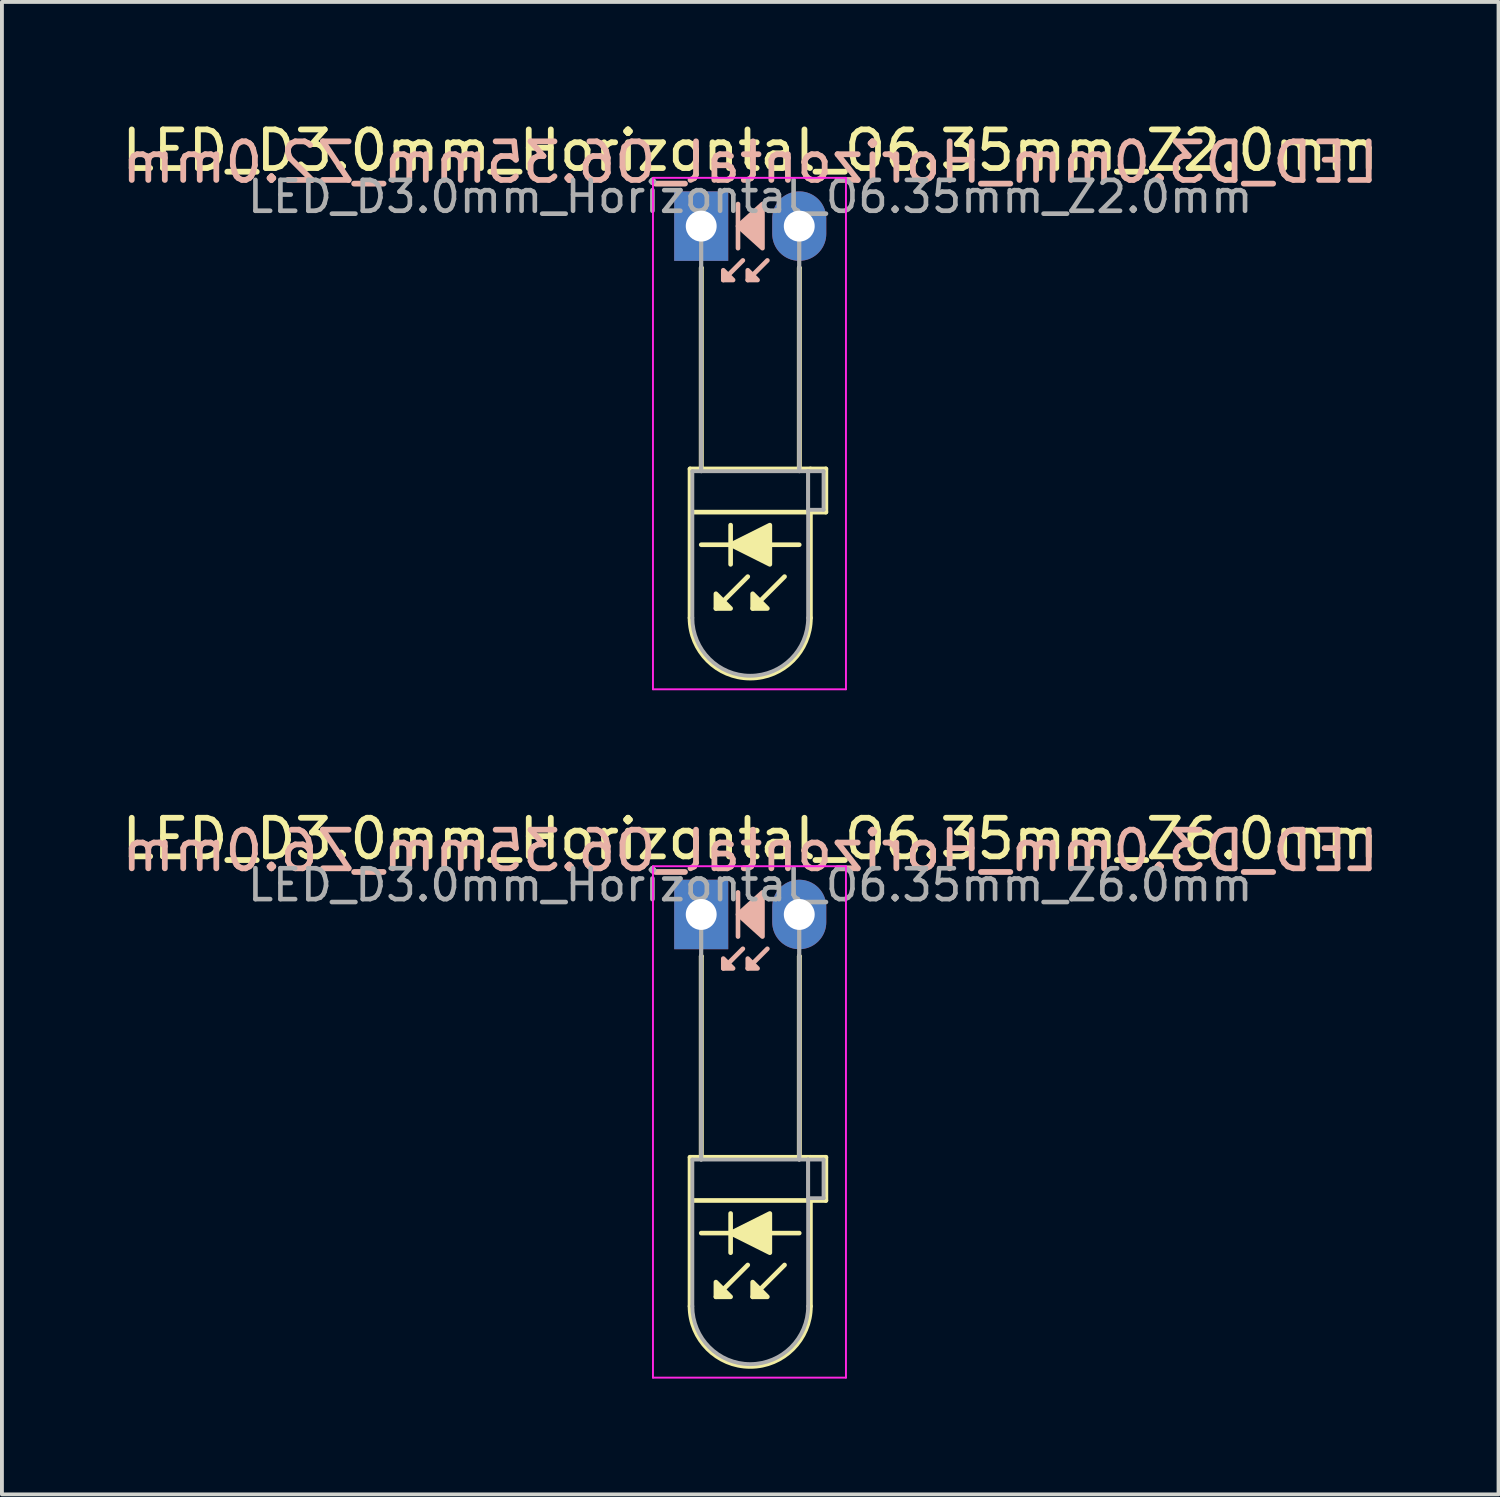
<source format=kicad_pcb>
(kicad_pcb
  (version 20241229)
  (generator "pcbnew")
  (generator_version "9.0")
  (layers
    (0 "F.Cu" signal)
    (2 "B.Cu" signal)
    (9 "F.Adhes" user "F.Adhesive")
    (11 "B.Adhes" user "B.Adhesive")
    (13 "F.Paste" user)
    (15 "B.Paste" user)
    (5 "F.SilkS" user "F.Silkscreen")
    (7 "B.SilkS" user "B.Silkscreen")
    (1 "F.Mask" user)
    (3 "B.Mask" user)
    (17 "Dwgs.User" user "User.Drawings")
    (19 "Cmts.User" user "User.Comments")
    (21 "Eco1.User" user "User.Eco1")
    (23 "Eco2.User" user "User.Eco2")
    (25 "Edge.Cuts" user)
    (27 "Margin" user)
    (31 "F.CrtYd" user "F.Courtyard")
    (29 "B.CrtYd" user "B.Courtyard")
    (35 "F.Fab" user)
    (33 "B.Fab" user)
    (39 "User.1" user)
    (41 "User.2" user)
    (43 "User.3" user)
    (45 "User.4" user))
  (footprint "LED_D3.0mm_Horizontal_O6.35mm_Z2.0mm"
    (layer "F.Cu")
    (at 15.117 2.808)
    (property "Reference" "LED_D3.0mm_Horizontal_O6.35mm_Z2.0mm" (at 1.27 -1.96 0) (layer "F.SilkS") (effects (font (size 1 1) (thickness 0.15))))
    (fp_line (start -0.29 6.29) (end -0.29 10.15) (stroke (width 0.12) (type solid)) (layer "F.SilkS"))
    (fp_line (start -0.29 6.29) (end 2.83 6.29) (stroke (width 0.12) (type solid)) (layer "F.SilkS"))
    (fp_line (start 0 1.08) (end 0 1.08) (stroke (width 0.12) (type solid)) (layer "F.SilkS"))
    (fp_line (start 0 1.08) (end 0 6.29) (stroke (width 0.12) (type solid)) (layer "F.SilkS"))
    (fp_line (start 0 6.29) (end 0 1.08) (stroke (width 0.12) (type solid)) (layer "F.SilkS"))
    (fp_line (start 0 6.29) (end 0 6.29) (stroke (width 0.12) (type solid)) (layer "F.SilkS"))
    (fp_line (start 0.762 7.747) (end 0.762 8.763) (stroke (width 0.12) (type solid)) (layer "F.SilkS"))
    (fp_line (start 1.206 9.081) (end 0.381 9.906) (stroke (width 0.12) (type solid)) (layer "F.SilkS"))
    (fp_line (start 2.159 9.081) (end 1.333 9.906) (stroke (width 0.12) (type solid)) (layer "F.SilkS"))
    (fp_line (start 2.54 1.08) (end 2.54 1.08) (stroke (width 0.12) (type solid)) (layer "F.SilkS"))
    (fp_line (start 2.54 1.08) (end 2.54 6.29) (stroke (width 0.12) (type solid)) (layer "F.SilkS"))
    (fp_line (start 2.54 6.29) (end 2.54 1.08) (stroke (width 0.12) (type solid)) (layer "F.SilkS"))
    (fp_line (start 2.54 6.29) (end 2.54 6.29) (stroke (width 0.12) (type solid)) (layer "F.SilkS"))
    (fp_line (start 2.54 8.255) (end 0 8.255) (stroke (width 0.12) (type solid)) (layer "F.SilkS"))
    (fp_line (start 2.83 6.29) (end 3.23 6.29) (stroke (width 0.12) (type solid)) (layer "F.SilkS"))
    (fp_line (start 2.83 7.41) (end 2.83 10.15) (stroke (width 0.12) (type solid)) (layer "F.SilkS"))
    (fp_line (start 3.23 6.29) (end 3.23 7.41) (stroke (width 0.12) (type solid)) (layer "F.SilkS"))
    (fp_line (start 3.23 7.41) (end -0.254 7.41) (stroke (width 0.12) (type solid)) (layer "F.SilkS"))
    (fp_arc (start 2.83 10.15) (mid 1.27 11.71) (end -0.29 10.15) (stroke (width 0.12) (type solid)) (layer "F.SilkS"))
    (fp_poly (pts (xy 0.381 9.525) (xy 0.762 9.906) (xy 0.381 9.906)) (stroke (width 0.12) (type solid)) (fill yes) (layer "F.SilkS"))
    (fp_poly (pts (xy 1.333 9.525) (xy 1.714 9.906) (xy 1.333 9.906)) (stroke (width 0.12) (type solid)) (fill yes) (layer "F.SilkS"))
    (fp_poly (pts (xy 1.778 8.763) (xy 0.762 8.255) (xy 1.778 7.747)) (stroke (width 0.12) (type solid)) (fill yes) (layer "F.SilkS"))
    (fp_line (start 0.953 -0.572) (end 0.953 0.572) (stroke (width 0.12) (type solid)) (layer "B.SilkS"))
    (fp_line (start 1.079 0.889) (end 0.572 1.397) (stroke (width 0.12) (type solid)) (layer "B.SilkS"))
    (fp_line (start 1.714 0.889) (end 1.206 1.397) (stroke (width 0.12) (type solid)) (layer "B.SilkS"))
    (fp_poly (pts (xy 0.572 1.143) (xy 0.826 1.397) (xy 0.572 1.397)) (stroke (width 0.12) (type solid)) (fill yes) (layer "B.SilkS"))
    (fp_poly (pts (xy 1.206 1.143) (xy 1.46 1.397) (xy 1.206 1.397)) (stroke (width 0.12) (type solid)) (fill yes) (layer "B.SilkS"))
    (fp_poly (pts (xy 1.587 0.572) (xy 0.953 0) (xy 1.587 -0.572)) (stroke (width 0.12) (type solid)) (fill yes) (layer "B.SilkS"))
    (fp_line (start -1.25 -1.25) (end -1.25 12) (stroke (width 0.05) (type solid)) (layer "F.CrtYd"))
    (fp_line (start -1.25 12) (end 3.75 12) (stroke (width 0.05) (type solid)) (layer "F.CrtYd"))
    (fp_line (start 3.75 -1.25) (end -1.25 -1.25) (stroke (width 0.05) (type solid)) (layer "F.CrtYd"))
    (fp_line (start 3.75 12) (end 3.75 -1.25) (stroke (width 0.05) (type solid)) (layer "F.CrtYd"))
    (fp_line (start -0.23 6.35) (end -0.23 10.15) (stroke (width 0.1) (type solid)) (layer "F.Fab"))
    (fp_line (start -0.23 6.35) (end 2.77 6.35) (stroke (width 0.1) (type solid)) (layer "F.Fab"))
    (fp_line (start 0 0) (end 0 0) (stroke (width 0.1) (type solid)) (layer "F.Fab"))
    (fp_line (start 0 0) (end 0 6.35) (stroke (width 0.1) (type solid)) (layer "F.Fab"))
    (fp_line (start 0 6.35) (end 0 0) (stroke (width 0.1) (type solid)) (layer "F.Fab"))
    (fp_line (start 0 6.35) (end 0 6.35) (stroke (width 0.1) (type solid)) (layer "F.Fab"))
    (fp_line (start 2.54 0) (end 2.54 0) (stroke (width 0.1) (type solid)) (layer "F.Fab"))
    (fp_line (start 2.54 0) (end 2.54 6.35) (stroke (width 0.1) (type solid)) (layer "F.Fab"))
    (fp_line (start 2.54 6.35) (end 2.54 0) (stroke (width 0.1) (type solid)) (layer "F.Fab"))
    (fp_line (start 2.54 6.35) (end 2.54 6.35) (stroke (width 0.1) (type solid)) (layer "F.Fab"))
    (fp_line (start 2.77 6.35) (end 2.77 10.15) (stroke (width 0.1) (type solid)) (layer "F.Fab"))
    (fp_line (start 2.77 6.35) (end 3.17 6.35) (stroke (width 0.1) (type solid)) (layer "F.Fab"))
    (fp_line (start 2.77 7.35) (end 2.77 6.35) (stroke (width 0.1) (type solid)) (layer "F.Fab"))
    (fp_line (start 3.17 6.35) (end 3.17 7.35) (stroke (width 0.1) (type solid)) (layer "F.Fab"))
    (fp_line (start 3.17 7.35) (end 2.77 7.35) (stroke (width 0.1) (type solid)) (layer "F.Fab"))
    (fp_arc (start 2.77 10.15) (mid 1.27 11.65) (end -0.23 10.15) (stroke (width 0.1) (type solid)) (layer "F.Fab"))
    (fp_text user "${REFERENCE}" (at 1.27 -1.651 0) (layer "B.SilkS") (effects (font (size 1 1) (thickness 0.15)) (justify mirror)))
    (fp_text user "${REFERENCE}" (at 1.27 -0.762 0) (layer "F.Fab") (effects (font (size 0.8 0.8) (thickness 0.12))))
    (pad "1" thru_hole rect (at 0 0) (size 1.4 1.8) (drill 0.8) (layers "*.Cu" "*.Mask"))
    (pad "2" thru_hole oval (at 2.54 0) (size 1.4 1.8) (drill 0.8) (layers "*.Cu" "*.Mask")))
  (footprint "LED_D3.0mm_Horizontal_O6.35mm_Z6.0mm"
    (layer "F.Cu")
    (at 15.117 20.642)
    (property "Reference" "LED_D3.0mm_Horizontal_O6.35mm_Z6.0mm" (at 1.27 -1.96 0) (layer "F.SilkS") (effects (font (size 1 1) (thickness 0.15))))
    (fp_line (start -0.29 6.29) (end -0.29 10.15) (stroke (width 0.12) (type solid)) (layer "F.SilkS"))
    (fp_line (start -0.29 6.29) (end 2.83 6.29) (stroke (width 0.12) (type solid)) (layer "F.SilkS"))
    (fp_line (start 0 1.08) (end 0 1.08) (stroke (width 0.12) (type solid)) (layer "F.SilkS"))
    (fp_line (start 0 1.08) (end 0 6.29) (stroke (width 0.12) (type solid)) (layer "F.SilkS"))
    (fp_line (start 0 6.29) (end 0 1.08) (stroke (width 0.12) (type solid)) (layer "F.SilkS"))
    (fp_line (start 0 6.29) (end 0 6.29) (stroke (width 0.12) (type solid)) (layer "F.SilkS"))
    (fp_line (start 0.762 7.747) (end 0.762 8.763) (stroke (width 0.12) (type solid)) (layer "F.SilkS"))
    (fp_line (start 1.206 9.081) (end 0.381 9.906) (stroke (width 0.12) (type solid)) (layer "F.SilkS"))
    (fp_line (start 2.159 9.081) (end 1.333 9.906) (stroke (width 0.12) (type solid)) (layer "F.SilkS"))
    (fp_line (start 2.54 1.08) (end 2.54 1.08) (stroke (width 0.12) (type solid)) (layer "F.SilkS"))
    (fp_line (start 2.54 1.08) (end 2.54 6.29) (stroke (width 0.12) (type solid)) (layer "F.SilkS"))
    (fp_line (start 2.54 6.29) (end 2.54 1.08) (stroke (width 0.12) (type solid)) (layer "F.SilkS"))
    (fp_line (start 2.54 6.29) (end 2.54 6.29) (stroke (width 0.12) (type solid)) (layer "F.SilkS"))
    (fp_line (start 2.54 8.255) (end 0 8.255) (stroke (width 0.12) (type solid)) (layer "F.SilkS"))
    (fp_line (start 2.83 6.29) (end 3.23 6.29) (stroke (width 0.12) (type solid)) (layer "F.SilkS"))
    (fp_line (start 2.83 7.41) (end 2.83 10.15) (stroke (width 0.12) (type solid)) (layer "F.SilkS"))
    (fp_line (start 3.23 6.29) (end 3.23 7.41) (stroke (width 0.12) (type solid)) (layer "F.SilkS"))
    (fp_line (start 3.23 7.41) (end -0.254 7.41) (stroke (width 0.12) (type solid)) (layer "F.SilkS"))
    (fp_arc (start 2.83 10.15) (mid 1.27 11.71) (end -0.29 10.15) (stroke (width 0.12) (type solid)) (layer "F.SilkS"))
    (fp_poly (pts (xy 0.381 9.525) (xy 0.762 9.906) (xy 0.381 9.906)) (stroke (width 0.12) (type solid)) (fill yes) (layer "F.SilkS"))
    (fp_poly (pts (xy 1.333 9.525) (xy 1.714 9.906) (xy 1.333 9.906)) (stroke (width 0.12) (type solid)) (fill yes) (layer "F.SilkS"))
    (fp_poly (pts (xy 1.778 8.763) (xy 0.762 8.255) (xy 1.778 7.747)) (stroke (width 0.12) (type solid)) (fill yes) (layer "F.SilkS"))
    (fp_line (start 0.953 -0.572) (end 0.953 0.572) (stroke (width 0.12) (type solid)) (layer "B.SilkS"))
    (fp_line (start 1.079 0.889) (end 0.572 1.397) (stroke (width 0.12) (type solid)) (layer "B.SilkS"))
    (fp_line (start 1.714 0.889) (end 1.206 1.397) (stroke (width 0.12) (type solid)) (layer "B.SilkS"))
    (fp_poly (pts (xy 0.572 1.143) (xy 0.826 1.397) (xy 0.572 1.397)) (stroke (width 0.12) (type solid)) (fill yes) (layer "B.SilkS"))
    (fp_poly (pts (xy 1.206 1.143) (xy 1.46 1.397) (xy 1.206 1.397)) (stroke (width 0.12) (type solid)) (fill yes) (layer "B.SilkS"))
    (fp_poly (pts (xy 1.587 0.572) (xy 0.953 0) (xy 1.587 -0.572)) (stroke (width 0.12) (type solid)) (fill yes) (layer "B.SilkS"))
    (fp_line (start -1.25 -1.25) (end -1.25 12) (stroke (width 0.05) (type solid)) (layer "F.CrtYd"))
    (fp_line (start -1.25 12) (end 3.75 12) (stroke (width 0.05) (type solid)) (layer "F.CrtYd"))
    (fp_line (start 3.75 -1.25) (end -1.25 -1.25) (stroke (width 0.05) (type solid)) (layer "F.CrtYd"))
    (fp_line (start 3.75 12) (end 3.75 -1.25) (stroke (width 0.05) (type solid)) (layer "F.CrtYd"))
    (fp_line (start -0.23 6.35) (end -0.23 10.15) (stroke (width 0.1) (type solid)) (layer "F.Fab"))
    (fp_line (start -0.23 6.35) (end 2.77 6.35) (stroke (width 0.1) (type solid)) (layer "F.Fab"))
    (fp_line (start 0 0) (end 0 0) (stroke (width 0.1) (type solid)) (layer "F.Fab"))
    (fp_line (start 0 0) (end 0 6.35) (stroke (width 0.1) (type solid)) (layer "F.Fab"))
    (fp_line (start 0 6.35) (end 0 0) (stroke (width 0.1) (type solid)) (layer "F.Fab"))
    (fp_line (start 0 6.35) (end 0 6.35) (stroke (width 0.1) (type solid)) (layer "F.Fab"))
    (fp_line (start 2.54 0) (end 2.54 0) (stroke (width 0.1) (type solid)) (layer "F.Fab"))
    (fp_line (start 2.54 0) (end 2.54 6.35) (stroke (width 0.1) (type solid)) (layer "F.Fab"))
    (fp_line (start 2.54 6.35) (end 2.54 0) (stroke (width 0.1) (type solid)) (layer "F.Fab"))
    (fp_line (start 2.54 6.35) (end 2.54 6.35) (stroke (width 0.1) (type solid)) (layer "F.Fab"))
    (fp_line (start 2.77 6.35) (end 2.77 10.15) (stroke (width 0.1) (type solid)) (layer "F.Fab"))
    (fp_line (start 2.77 6.35) (end 3.17 6.35) (stroke (width 0.1) (type solid)) (layer "F.Fab"))
    (fp_line (start 2.77 7.35) (end 2.77 6.35) (stroke (width 0.1) (type solid)) (layer "F.Fab"))
    (fp_line (start 3.17 6.35) (end 3.17 7.35) (stroke (width 0.1) (type solid)) (layer "F.Fab"))
    (fp_line (start 3.17 7.35) (end 2.77 7.35) (stroke (width 0.1) (type solid)) (layer "F.Fab"))
    (fp_arc (start 2.77 10.15) (mid 1.27 11.65) (end -0.23 10.15) (stroke (width 0.1) (type solid)) (layer "F.Fab"))
    (fp_text user "${REFERENCE}" (at 1.27 -1.651 0) (layer "B.SilkS") (effects (font (size 1 1) (thickness 0.15)) (justify mirror)))
    (fp_text user "${REFERENCE}" (at 1.27 -0.762 0) (layer "F.Fab") (effects (font (size 0.8 0.8) (thickness 0.12))))
    (pad "1" thru_hole rect (at 0 0) (size 1.4 1.8) (drill 0.8) (layers "*.Cu" "*.Mask"))
    (pad "2" thru_hole oval (at 2.54 0) (size 1.4 1.8) (drill 0.8) (layers "*.Cu" "*.Mask")))
  (gr_rect
    (start -3 -3)
    (end 35.774 35.666)
    (stroke (width 0.1) (type default))
    (fill no)
    (layer "Edge.Cuts")))
</source>
